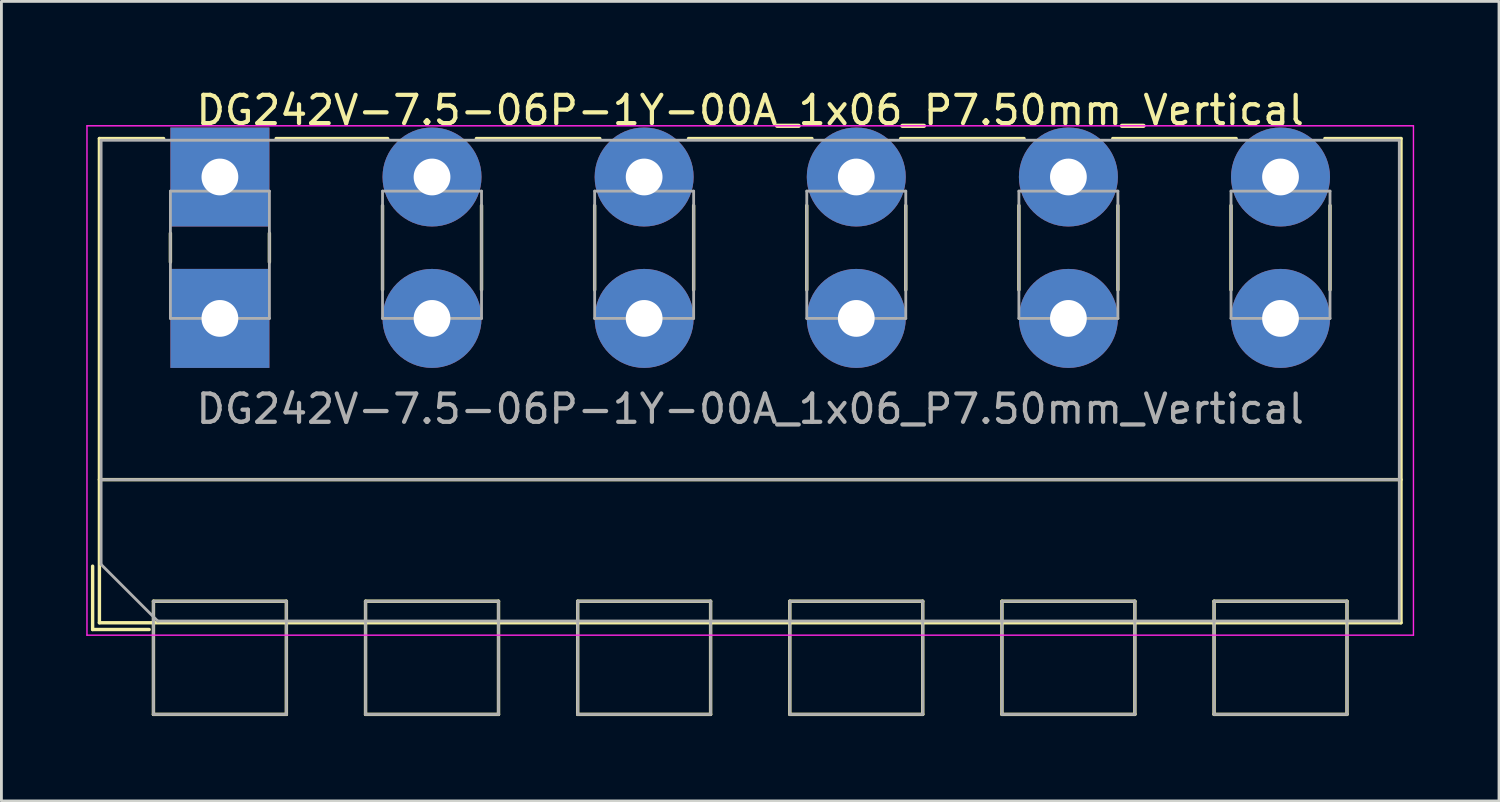
<source format=kicad_pcb>
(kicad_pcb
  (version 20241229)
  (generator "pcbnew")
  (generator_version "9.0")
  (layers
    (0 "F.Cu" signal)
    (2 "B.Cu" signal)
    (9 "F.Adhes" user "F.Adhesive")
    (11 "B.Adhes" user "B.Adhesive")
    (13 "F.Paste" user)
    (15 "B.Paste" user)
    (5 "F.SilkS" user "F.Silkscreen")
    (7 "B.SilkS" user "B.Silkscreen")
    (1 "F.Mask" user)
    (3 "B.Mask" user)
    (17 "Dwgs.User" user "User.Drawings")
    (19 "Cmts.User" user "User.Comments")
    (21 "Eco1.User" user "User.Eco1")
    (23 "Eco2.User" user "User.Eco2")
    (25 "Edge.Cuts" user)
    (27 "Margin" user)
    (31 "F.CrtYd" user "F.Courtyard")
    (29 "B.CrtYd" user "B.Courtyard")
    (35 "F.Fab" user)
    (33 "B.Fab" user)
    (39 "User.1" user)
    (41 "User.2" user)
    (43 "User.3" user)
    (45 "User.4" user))
  (footprint "DG242V-7.5-06P-1Y-00A_1x06_P7.50mm_Vertical"
    (layer "F.Cu")
    (at 4.725 8.208)
    (property "Reference" "DG242V-7.5-06P-1Y-00A_1x06_P7.50mm_Vertical" (at 18.75 -7.36 0) (layer "F.SilkS") (effects (font (size 1 1) (thickness 0.15))))
    (attr through_hole)
    (fp_line (start -4.5 8.76) (end -4.5 11) (stroke (width 0.12) (type solid)) (layer "F.SilkS"))
    (fp_line (start -4.5 11) (end -2.5 11) (stroke (width 0.12) (type solid)) (layer "F.SilkS"))
    (fp_line (start -4.26 -6.36) (end -4.26 10.761) (stroke (width 0.12) (type solid)) (layer "F.SilkS"))
    (fp_line (start -4.26 -6.36) (end -1.99 -6.36) (stroke (width 0.12) (type solid)) (layer "F.SilkS"))
    (fp_line (start -4.26 5.7) (end 41.76 5.7) (stroke (width 0.12) (type solid)) (layer "F.SilkS"))
    (fp_line (start -4.26 10.761) (end 41.76 10.761) (stroke (width 0.12) (type solid)) (layer "F.SilkS"))
    (fp_line (start -2.35 10) (end -2.35 14) (stroke (width 0.12) (type solid)) (layer "F.SilkS"))
    (fp_line (start -2.35 10) (end 2.35 10) (stroke (width 0.12) (type solid)) (layer "F.SilkS"))
    (fp_line (start -2.35 14) (end 2.35 14) (stroke (width 0.12) (type solid)) (layer "F.SilkS"))
    (fp_line (start -1.75 -3.01) (end -1.75 -1.99) (stroke (width 0.12) (type solid)) (layer "F.SilkS"))
    (fp_line (start 1.75 -3.01) (end 1.75 -1.99) (stroke (width 0.12) (type solid)) (layer "F.SilkS"))
    (fp_line (start 1.99 -6.36) (end 5.932 -6.36) (stroke (width 0.12) (type solid)) (layer "F.SilkS"))
    (fp_line (start 2.35 10) (end 2.35 14) (stroke (width 0.12) (type solid)) (layer "F.SilkS"))
    (fp_line (start 5.15 10) (end 5.15 14) (stroke (width 0.12) (type solid)) (layer "F.SilkS"))
    (fp_line (start 5.15 10) (end 9.851 10) (stroke (width 0.12) (type solid)) (layer "F.SilkS"))
    (fp_line (start 5.15 14) (end 9.851 14) (stroke (width 0.12) (type solid)) (layer "F.SilkS"))
    (fp_line (start 5.75 -3.99) (end 5.75 -1.01) (stroke (width 0.12) (type solid)) (layer "F.SilkS"))
    (fp_line (start 9.069 -6.36) (end 13.432 -6.36) (stroke (width 0.12) (type solid)) (layer "F.SilkS"))
    (fp_line (start 9.25 -3.99) (end 9.25 -1.01) (stroke (width 0.12) (type solid)) (layer "F.SilkS"))
    (fp_line (start 9.851 10) (end 9.851 14) (stroke (width 0.12) (type solid)) (layer "F.SilkS"))
    (fp_line (start 12.65 10) (end 12.65 14) (stroke (width 0.12) (type solid)) (layer "F.SilkS"))
    (fp_line (start 12.65 10) (end 17.35 10) (stroke (width 0.12) (type solid)) (layer "F.SilkS"))
    (fp_line (start 12.65 14) (end 17.35 14) (stroke (width 0.12) (type solid)) (layer "F.SilkS"))
    (fp_line (start 13.25 -3.99) (end 13.25 -1.01) (stroke (width 0.12) (type solid)) (layer "F.SilkS"))
    (fp_line (start 16.569 -6.36) (end 20.932 -6.36) (stroke (width 0.12) (type solid)) (layer "F.SilkS"))
    (fp_line (start 16.75 -3.99) (end 16.75 -1.01) (stroke (width 0.12) (type solid)) (layer "F.SilkS"))
    (fp_line (start 17.35 10) (end 17.35 14) (stroke (width 0.12) (type solid)) (layer "F.SilkS"))
    (fp_line (start 20.15 10) (end 20.15 14) (stroke (width 0.12) (type solid)) (layer "F.SilkS"))
    (fp_line (start 20.15 10) (end 24.85 10) (stroke (width 0.12) (type solid)) (layer "F.SilkS"))
    (fp_line (start 20.15 14) (end 24.85 14) (stroke (width 0.12) (type solid)) (layer "F.SilkS"))
    (fp_line (start 20.75 -3.99) (end 20.75 -1.01) (stroke (width 0.12) (type solid)) (layer "F.SilkS"))
    (fp_line (start 24.069 -6.36) (end 28.432 -6.36) (stroke (width 0.12) (type solid)) (layer "F.SilkS"))
    (fp_line (start 24.25 -3.99) (end 24.25 -1.01) (stroke (width 0.12) (type solid)) (layer "F.SilkS"))
    (fp_line (start 24.85 10) (end 24.85 14) (stroke (width 0.12) (type solid)) (layer "F.SilkS"))
    (fp_line (start 27.65 10) (end 27.65 14) (stroke (width 0.12) (type solid)) (layer "F.SilkS"))
    (fp_line (start 27.65 10) (end 32.35 10) (stroke (width 0.12) (type solid)) (layer "F.SilkS"))
    (fp_line (start 27.65 14) (end 32.35 14) (stroke (width 0.12) (type solid)) (layer "F.SilkS"))
    (fp_line (start 28.25 -3.99) (end 28.25 -1.01) (stroke (width 0.12) (type solid)) (layer "F.SilkS"))
    (fp_line (start 31.569 -6.36) (end 35.932 -6.36) (stroke (width 0.12) (type solid)) (layer "F.SilkS"))
    (fp_line (start 31.75 -3.99) (end 31.75 -1.01) (stroke (width 0.12) (type solid)) (layer "F.SilkS"))
    (fp_line (start 32.35 10) (end 32.35 14) (stroke (width 0.12) (type solid)) (layer "F.SilkS"))
    (fp_line (start 35.15 10) (end 35.15 14) (stroke (width 0.12) (type solid)) (layer "F.SilkS"))
    (fp_line (start 35.15 10) (end 39.85 10) (stroke (width 0.12) (type solid)) (layer "F.SilkS"))
    (fp_line (start 35.15 14) (end 39.85 14) (stroke (width 0.12) (type solid)) (layer "F.SilkS"))
    (fp_line (start 35.75 -3.99) (end 35.75 -1.01) (stroke (width 0.12) (type solid)) (layer "F.SilkS"))
    (fp_line (start 39.069 -6.36) (end 41.76 -6.36) (stroke (width 0.12) (type solid)) (layer "F.SilkS"))
    (fp_line (start 39.25 -3.99) (end 39.25 -1.01) (stroke (width 0.12) (type solid)) (layer "F.SilkS"))
    (fp_line (start 39.85 10) (end 39.85 14) (stroke (width 0.12) (type solid)) (layer "F.SilkS"))
    (fp_line (start 41.76 -6.36) (end 41.76 10.761) (stroke (width 0.12) (type solid)) (layer "F.SilkS"))
    (fp_line (start -4.7 -6.81) (end -4.7 11.2) (stroke (width 0.05) (type solid)) (layer "F.CrtYd"))
    (fp_line (start -4.7 11.2) (end 42.2 11.2) (stroke (width 0.05) (type solid)) (layer "F.CrtYd"))
    (fp_line (start 42.2 -6.81) (end -4.7 -6.81) (stroke (width 0.05) (type solid)) (layer "F.CrtYd"))
    (fp_line (start 42.2 11.2) (end 42.2 -6.81) (stroke (width 0.05) (type solid)) (layer "F.CrtYd"))
    (fp_line (start -4.2 -6.3) (end 41.7 -6.3) (stroke (width 0.1) (type solid)) (layer "F.Fab"))
    (fp_line (start -4.2 5.7) (end 41.7 5.7) (stroke (width 0.1) (type solid)) (layer "F.Fab"))
    (fp_line (start -4.2 8.7) (end -4.2 -6.3) (stroke (width 0.1) (type solid)) (layer "F.Fab"))
    (fp_line (start -2.35 10) (end -2.35 14) (stroke (width 0.1) (type solid)) (layer "F.Fab"))
    (fp_line (start -2.35 14) (end 2.35 14) (stroke (width 0.1) (type solid)) (layer "F.Fab"))
    (fp_line (start -2.2 10.7) (end -4.2 8.7) (stroke (width 0.1) (type solid)) (layer "F.Fab"))
    (fp_line (start -1.75 -4.5) (end -1.75 0) (stroke (width 0.1) (type solid)) (layer "F.Fab"))
    (fp_line (start -1.75 0) (end 1.75 0) (stroke (width 0.1) (type solid)) (layer "F.Fab"))
    (fp_line (start 1.75 -4.5) (end -1.75 -4.5) (stroke (width 0.1) (type solid)) (layer "F.Fab"))
    (fp_line (start 1.75 0) (end 1.75 -4.5) (stroke (width 0.1) (type solid)) (layer "F.Fab"))
    (fp_line (start 2.35 10) (end -2.35 10) (stroke (width 0.1) (type solid)) (layer "F.Fab"))
    (fp_line (start 2.35 14) (end 2.35 10) (stroke (width 0.1) (type solid)) (layer "F.Fab"))
    (fp_line (start 5.15 10) (end 5.15 14) (stroke (width 0.1) (type solid)) (layer "F.Fab"))
    (fp_line (start 5.15 14) (end 9.85 14) (stroke (width 0.1) (type solid)) (layer "F.Fab"))
    (fp_line (start 5.75 -4.5) (end 5.75 0) (stroke (width 0.1) (type solid)) (layer "F.Fab"))
    (fp_line (start 5.75 0) (end 9.25 0) (stroke (width 0.1) (type solid)) (layer "F.Fab"))
    (fp_line (start 9.25 -4.5) (end 5.75 -4.5) (stroke (width 0.1) (type solid)) (layer "F.Fab"))
    (fp_line (start 9.25 0) (end 9.25 -4.5) (stroke (width 0.1) (type solid)) (layer "F.Fab"))
    (fp_line (start 9.85 10) (end 5.15 10) (stroke (width 0.1) (type solid)) (layer "F.Fab"))
    (fp_line (start 9.85 14) (end 9.85 10) (stroke (width 0.1) (type solid)) (layer "F.Fab"))
    (fp_line (start 12.65 10) (end 12.65 14) (stroke (width 0.1) (type solid)) (layer "F.Fab"))
    (fp_line (start 12.65 14) (end 17.35 14) (stroke (width 0.1) (type solid)) (layer "F.Fab"))
    (fp_line (start 13.25 -4.5) (end 13.25 0) (stroke (width 0.1) (type solid)) (layer "F.Fab"))
    (fp_line (start 13.25 0) (end 16.75 0) (stroke (width 0.1) (type solid)) (layer "F.Fab"))
    (fp_line (start 16.75 -4.5) (end 13.25 -4.5) (stroke (width 0.1) (type solid)) (layer "F.Fab"))
    (fp_line (start 16.75 0) (end 16.75 -4.5) (stroke (width 0.1) (type solid)) (layer "F.Fab"))
    (fp_line (start 17.35 10) (end 12.65 10) (stroke (width 0.1) (type solid)) (layer "F.Fab"))
    (fp_line (start 17.35 14) (end 17.35 10) (stroke (width 0.1) (type solid)) (layer "F.Fab"))
    (fp_line (start 20.15 10) (end 20.15 14) (stroke (width 0.1) (type solid)) (layer "F.Fab"))
    (fp_line (start 20.15 14) (end 24.85 14) (stroke (width 0.1) (type solid)) (layer "F.Fab"))
    (fp_line (start 20.75 -4.5) (end 20.75 0) (stroke (width 0.1) (type solid)) (layer "F.Fab"))
    (fp_line (start 20.75 0) (end 24.25 0) (stroke (width 0.1) (type solid)) (layer "F.Fab"))
    (fp_line (start 24.25 -4.5) (end 20.75 -4.5) (stroke (width 0.1) (type solid)) (layer "F.Fab"))
    (fp_line (start 24.25 0) (end 24.25 -4.5) (stroke (width 0.1) (type solid)) (layer "F.Fab"))
    (fp_line (start 24.85 10) (end 20.15 10) (stroke (width 0.1) (type solid)) (layer "F.Fab"))
    (fp_line (start 24.85 14) (end 24.85 10) (stroke (width 0.1) (type solid)) (layer "F.Fab"))
    (fp_line (start 27.65 10) (end 27.65 14) (stroke (width 0.1) (type solid)) (layer "F.Fab"))
    (fp_line (start 27.65 14) (end 32.35 14) (stroke (width 0.1) (type solid)) (layer "F.Fab"))
    (fp_line (start 28.25 -4.5) (end 28.25 0) (stroke (width 0.1) (type solid)) (layer "F.Fab"))
    (fp_line (start 28.25 0) (end 31.75 0) (stroke (width 0.1) (type solid)) (layer "F.Fab"))
    (fp_line (start 31.75 -4.5) (end 28.25 -4.5) (stroke (width 0.1) (type solid)) (layer "F.Fab"))
    (fp_line (start 31.75 0) (end 31.75 -4.5) (stroke (width 0.1) (type solid)) (layer "F.Fab"))
    (fp_line (start 32.35 10) (end 27.65 10) (stroke (width 0.1) (type solid)) (layer "F.Fab"))
    (fp_line (start 32.35 14) (end 32.35 10) (stroke (width 0.1) (type solid)) (layer "F.Fab"))
    (fp_line (start 35.15 10) (end 35.15 14) (stroke (width 0.1) (type solid)) (layer "F.Fab"))
    (fp_line (start 35.15 14) (end 39.85 14) (stroke (width 0.1) (type solid)) (layer "F.Fab"))
    (fp_line (start 35.75 -4.5) (end 35.75 0) (stroke (width 0.1) (type solid)) (layer "F.Fab"))
    (fp_line (start 35.75 0) (end 39.25 0) (stroke (width 0.1) (type solid)) (layer "F.Fab"))
    (fp_line (start 39.25 -4.5) (end 35.75 -4.5) (stroke (width 0.1) (type solid)) (layer "F.Fab"))
    (fp_line (start 39.25 0) (end 39.25 -4.5) (stroke (width 0.1) (type solid)) (layer "F.Fab"))
    (fp_line (start 39.85 10) (end 35.15 10) (stroke (width 0.1) (type solid)) (layer "F.Fab"))
    (fp_line (start 39.85 14) (end 39.85 10) (stroke (width 0.1) (type solid)) (layer "F.Fab"))
    (fp_line (start 41.7 -6.3) (end 41.7 10.7) (stroke (width 0.1) (type solid)) (layer "F.Fab"))
    (fp_line (start 41.7 10.7) (end -2.2 10.7) (stroke (width 0.1) (type solid)) (layer "F.Fab"))
    (fp_text user "${REFERENCE}" (at 18.75 3.2 0) (layer "F.Fab") (effects (font (size 1 1) (thickness 0.15))))
    (pad "1" thru_hole rect (at 0 -5) (size 3.5 3.5) (drill 1.3) (layers "*.Cu" "*.Mask"))
    (pad "1" thru_hole rect (at 0 0) (size 3.5 3.5) (drill 1.3) (layers "*.Cu" "*.Mask"))
    (pad "2" thru_hole circle (at 7.5 -5) (size 3.5 3.5) (drill 1.3) (layers "*.Cu" "*.Mask"))
    (pad "2" thru_hole circle (at 7.5 0) (size 3.5 3.5) (drill 1.3) (layers "*.Cu" "*.Mask"))
    (pad "3" thru_hole circle (at 15 -5) (size 3.5 3.5) (drill 1.3) (layers "*.Cu" "*.Mask"))
    (pad "3" thru_hole circle (at 15 0) (size 3.5 3.5) (drill 1.3) (layers "*.Cu" "*.Mask"))
    (pad "4" thru_hole circle (at 22.5 -5) (size 3.5 3.5) (drill 1.3) (layers "*.Cu" "*.Mask"))
    (pad "4" thru_hole circle (at 22.5 0) (size 3.5 3.5) (drill 1.3) (layers "*.Cu" "*.Mask"))
    (pad "5" thru_hole circle (at 30 -5) (size 3.5 3.5) (drill 1.3) (layers "*.Cu" "*.Mask"))
    (pad "5" thru_hole circle (at 30 0) (size 3.5 3.5) (drill 1.3) (layers "*.Cu" "*.Mask"))
    (pad "6" thru_hole circle (at 37.5 -5) (size 3.5 3.5) (drill 1.3) (layers "*.Cu" "*.Mask"))
    (pad "6" thru_hole circle (at 37.5 0) (size 3.5 3.5) (drill 1.3) (layers "*.Cu" "*.Mask")))
  (gr_rect
    (start -3 -3)
    (end 49.95 25.268)
    (stroke (width 0.1) (type default))
    (fill no)
    (layer "Edge.Cuts")))
</source>
